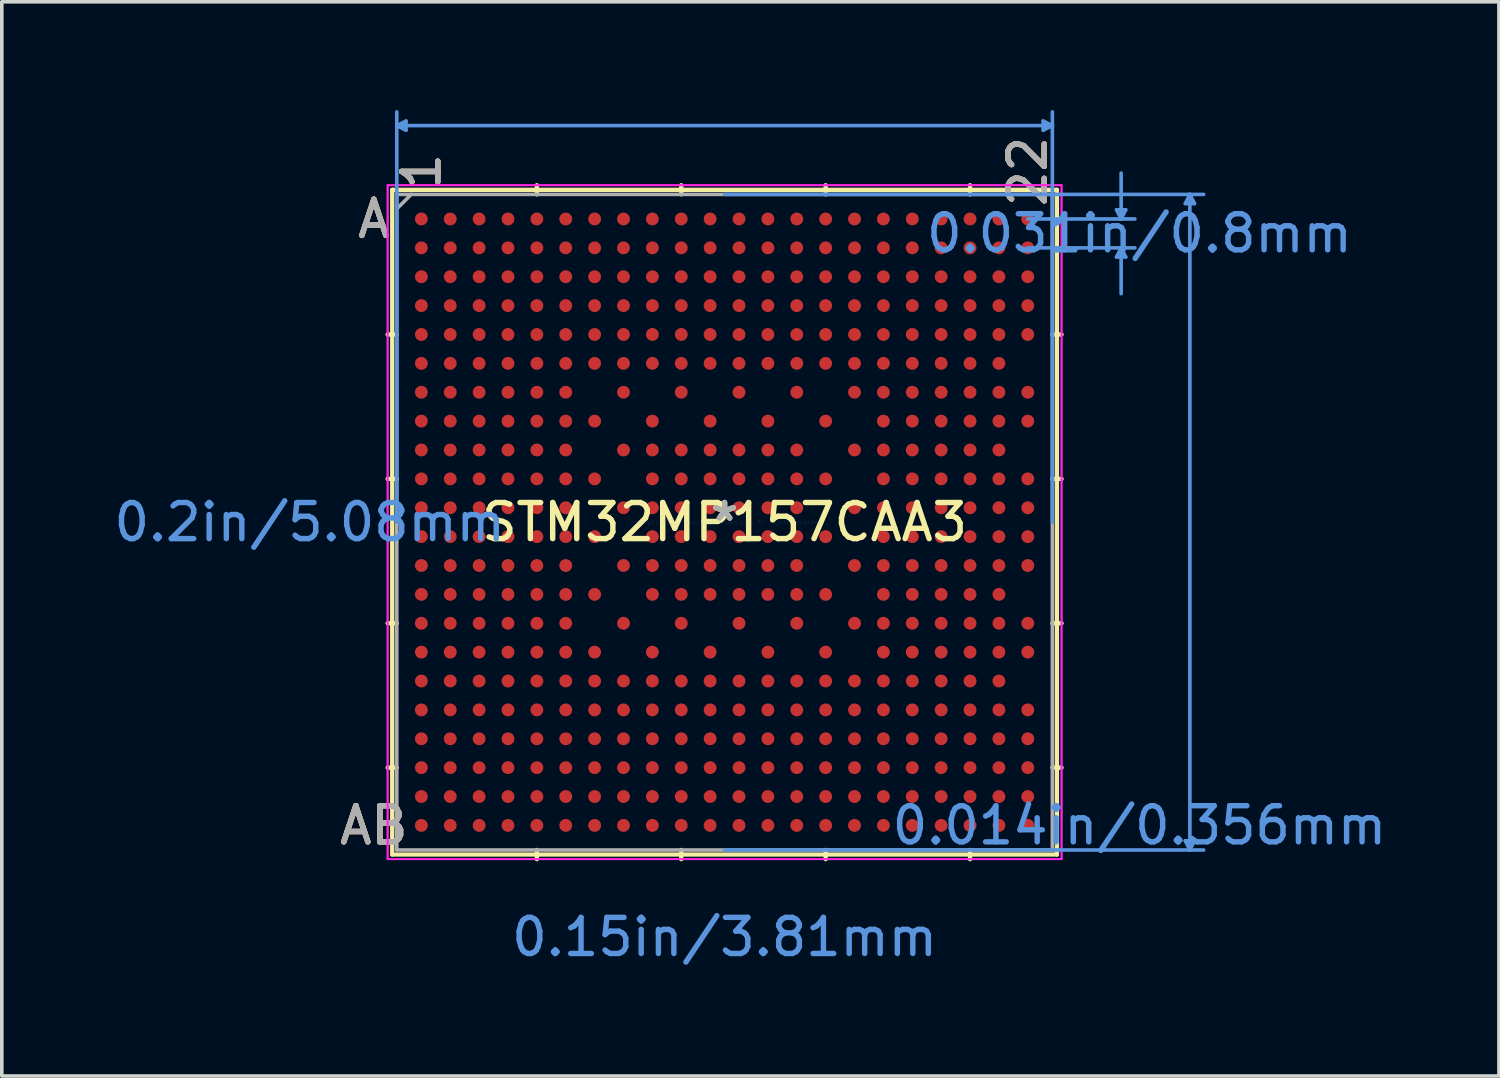
<source format=kicad_pcb>
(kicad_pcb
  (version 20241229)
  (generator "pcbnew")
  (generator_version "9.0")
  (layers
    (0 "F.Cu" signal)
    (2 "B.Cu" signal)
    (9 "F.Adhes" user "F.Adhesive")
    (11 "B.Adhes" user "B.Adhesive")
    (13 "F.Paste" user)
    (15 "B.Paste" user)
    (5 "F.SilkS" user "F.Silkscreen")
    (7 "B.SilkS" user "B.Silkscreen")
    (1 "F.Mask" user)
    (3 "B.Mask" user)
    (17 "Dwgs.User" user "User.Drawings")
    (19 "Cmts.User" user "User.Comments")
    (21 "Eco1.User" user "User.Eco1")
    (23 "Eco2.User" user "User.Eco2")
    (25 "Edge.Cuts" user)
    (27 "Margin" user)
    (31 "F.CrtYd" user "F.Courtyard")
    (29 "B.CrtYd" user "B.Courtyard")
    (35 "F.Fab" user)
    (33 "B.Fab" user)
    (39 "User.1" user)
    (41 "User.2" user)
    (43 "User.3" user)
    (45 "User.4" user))
  (footprint "STM32MP157CAA3"
    (layer "F.Cu")
    (at 17.023 11.416)
    (property "Reference" "STM32MP157CAA3" (at 0 0 0) (layer "F.SilkS") (effects (font (size 1 1) (thickness 0.15))))
    (attr through_hole)
    (fp_line (start -9.207 -9.207) (end -9.207 9.207) (stroke (width 0.12) (type solid)) (layer "F.SilkS"))
    (fp_line (start -9.207 9.207) (end 9.207 9.207) (stroke (width 0.12) (type solid)) (layer "F.SilkS"))
    (fp_line (start -9.081 -5.2) (end -9.335 -5.2) (stroke (width 0.12) (type solid)) (layer "F.SilkS"))
    (fp_line (start -9.081 -1.2) (end -9.335 -1.2) (stroke (width 0.12) (type solid)) (layer "F.SilkS"))
    (fp_line (start -9.081 2.8) (end -9.335 2.8) (stroke (width 0.12) (type solid)) (layer "F.SilkS"))
    (fp_line (start -9.081 6.8) (end -9.335 6.8) (stroke (width 0.12) (type solid)) (layer "F.SilkS"))
    (fp_line (start -5.2 -9.081) (end -5.2 -9.335) (stroke (width 0.12) (type solid)) (layer "F.SilkS"))
    (fp_line (start -5.2 9.081) (end -5.2 9.335) (stroke (width 0.12) (type solid)) (layer "F.SilkS"))
    (fp_line (start -1.2 -9.081) (end -1.2 -9.335) (stroke (width 0.12) (type solid)) (layer "F.SilkS"))
    (fp_line (start -1.2 9.081) (end -1.2 9.335) (stroke (width 0.12) (type solid)) (layer "F.SilkS"))
    (fp_line (start 2.8 -9.081) (end 2.8 -9.335) (stroke (width 0.12) (type solid)) (layer "F.SilkS"))
    (fp_line (start 2.8 9.081) (end 2.8 9.335) (stroke (width 0.12) (type solid)) (layer "F.SilkS"))
    (fp_line (start 6.8 -9.081) (end 6.8 -9.335) (stroke (width 0.12) (type solid)) (layer "F.SilkS"))
    (fp_line (start 6.8 9.081) (end 6.8 9.335) (stroke (width 0.12) (type solid)) (layer "F.SilkS"))
    (fp_line (start 9.081 -5.2) (end 9.335 -5.2) (stroke (width 0.12) (type solid)) (layer "F.SilkS"))
    (fp_line (start 9.081 -1.2) (end 9.335 -1.2) (stroke (width 0.12) (type solid)) (layer "F.SilkS"))
    (fp_line (start 9.081 2.8) (end 9.335 2.8) (stroke (width 0.12) (type solid)) (layer "F.SilkS"))
    (fp_line (start 9.081 6.8) (end 9.335 6.8) (stroke (width 0.12) (type solid)) (layer "F.SilkS"))
    (fp_line (start 9.207 -9.207) (end -9.207 -9.207) (stroke (width 0.12) (type solid)) (layer "F.SilkS"))
    (fp_line (start 9.207 9.207) (end 9.207 -9.207) (stroke (width 0.12) (type solid)) (layer "F.SilkS"))
    (fp_line (start -9.081 -10.986) (end -8.826 -11.113) (stroke (width 0.1) (type solid)) (layer "Cmts.User"))
    (fp_line (start -9.081 -10.986) (end -8.826 -10.858) (stroke (width 0.1) (type solid)) (layer "Cmts.User"))
    (fp_line (start -9.081 -10.986) (end 9.081 -10.986) (stroke (width 0.1) (type solid)) (layer "Cmts.User"))
    (fp_line (start -9.081 0) (end -9.081 -11.367) (stroke (width 0.1) (type solid)) (layer "Cmts.User"))
    (fp_line (start -8.826 -11.113) (end -8.826 -10.858) (stroke (width 0.1) (type solid)) (layer "Cmts.User"))
    (fp_line (start 0 -9.081) (end 13.271 -9.081) (stroke (width 0.1) (type solid)) (layer "Cmts.User"))
    (fp_line (start 0 9.081) (end 13.271 9.081) (stroke (width 0.1) (type solid)) (layer "Cmts.User"))
    (fp_line (start 8.4 -8.4) (end 11.367 -8.4) (stroke (width 0.1) (type solid)) (layer "Cmts.User"))
    (fp_line (start 8.4 -7.6) (end 11.367 -7.6) (stroke (width 0.1) (type solid)) (layer "Cmts.User"))
    (fp_line (start 8.826 -11.113) (end 8.826 -10.858) (stroke (width 0.1) (type solid)) (layer "Cmts.User"))
    (fp_line (start 9.081 -10.986) (end 8.826 -11.113) (stroke (width 0.1) (type solid)) (layer "Cmts.User"))
    (fp_line (start 9.081 -10.986) (end 8.826 -10.858) (stroke (width 0.1) (type solid)) (layer "Cmts.User"))
    (fp_line (start 9.081 0) (end 9.081 -11.367) (stroke (width 0.1) (type solid)) (layer "Cmts.User"))
    (fp_line (start 10.858 -8.654) (end 11.113 -8.654) (stroke (width 0.1) (type solid)) (layer "Cmts.User"))
    (fp_line (start 10.858 -7.346) (end 11.113 -7.346) (stroke (width 0.1) (type solid)) (layer "Cmts.User"))
    (fp_line (start 10.986 -8.4) (end 10.858 -8.654) (stroke (width 0.1) (type solid)) (layer "Cmts.User"))
    (fp_line (start 10.986 -8.4) (end 10.986 -9.67) (stroke (width 0.1) (type solid)) (layer "Cmts.User"))
    (fp_line (start 10.986 -8.4) (end 11.113 -8.654) (stroke (width 0.1) (type solid)) (layer "Cmts.User"))
    (fp_line (start 10.986 -7.6) (end 10.858 -7.346) (stroke (width 0.1) (type solid)) (layer "Cmts.User"))
    (fp_line (start 10.986 -7.6) (end 10.986 -6.33) (stroke (width 0.1) (type solid)) (layer "Cmts.User"))
    (fp_line (start 10.986 -7.6) (end 11.113 -7.346) (stroke (width 0.1) (type solid)) (layer "Cmts.User"))
    (fp_line (start 12.764 -8.826) (end 13.018 -8.826) (stroke (width 0.1) (type solid)) (layer "Cmts.User"))
    (fp_line (start 12.764 8.826) (end 13.018 8.826) (stroke (width 0.1) (type solid)) (layer "Cmts.User"))
    (fp_line (start 12.89 -9.081) (end 12.764 -8.826) (stroke (width 0.1) (type solid)) (layer "Cmts.User"))
    (fp_line (start 12.89 -9.081) (end 12.89 9.081) (stroke (width 0.1) (type solid)) (layer "Cmts.User"))
    (fp_line (start 12.89 -9.081) (end 13.018 -8.826) (stroke (width 0.1) (type solid)) (layer "Cmts.User"))
    (fp_line (start 12.89 9.081) (end 12.764 8.826) (stroke (width 0.1) (type solid)) (layer "Cmts.User"))
    (fp_line (start 12.89 9.081) (end 13.018 8.826) (stroke (width 0.1) (type solid)) (layer "Cmts.User"))
    (fp_line (start -9.335 -9.335) (end 9.335 -9.335) (stroke (width 0.05) (type solid)) (layer "F.CrtYd"))
    (fp_line (start -9.335 -9.335) (end 9.335 -9.335) (stroke (width 0.05) (type solid)) (layer "F.CrtYd"))
    (fp_line (start -9.335 9.335) (end -9.335 -9.335) (stroke (width 0.05) (type solid)) (layer "F.CrtYd"))
    (fp_line (start -9.335 9.335) (end -9.335 -9.335) (stroke (width 0.05) (type solid)) (layer "F.CrtYd"))
    (fp_line (start 9.335 -9.335) (end 9.335 9.335) (stroke (width 0.05) (type solid)) (layer "F.CrtYd"))
    (fp_line (start 9.335 -9.335) (end 9.335 9.335) (stroke (width 0.05) (type solid)) (layer "F.CrtYd"))
    (fp_line (start 9.335 9.335) (end -9.335 9.335) (stroke (width 0.05) (type solid)) (layer "F.CrtYd"))
    (fp_line (start 9.335 9.335) (end -9.335 9.335) (stroke (width 0.05) (type solid)) (layer "F.CrtYd"))
    (fp_line (start -9.081 -9.081) (end -9.081 9.081) (stroke (width 0.1) (type solid)) (layer "F.Fab"))
    (fp_line (start -9.081 9.081) (end 9.081 9.081) (stroke (width 0.1) (type solid)) (layer "F.Fab"))
    (fp_line (start -8.681 -9.081) (end -9.081 -8.681) (stroke (width 0.1) (type solid)) (layer "F.Fab"))
    (fp_line (start 9.081 -9.081) (end -9.081 -9.081) (stroke (width 0.1) (type solid)) (layer "F.Fab"))
    (fp_line (start 9.081 9.081) (end 9.081 -9.081) (stroke (width 0.1) (type solid)) (layer "F.Fab"))
    (fp_text user "*" (at 0 0 0) (layer "F.SilkS") (effects (font (size 1 1) (thickness 0.15))))
    (fp_text user "1" (at -8.4 -9.716 90) (layer "F.SilkS") (effects (font (size 1 1) (thickness 0.15))))
    (fp_text user "22" (at 8.4 -9.716 90) (layer "F.SilkS") (effects (font (size 1 1) (thickness 0.15))))
    (fp_text user "A" (at -9.716 -8.4 0) (layer "F.SilkS") (effects (font (size 1 1) (thickness 0.15))))
    (fp_text user "AB" (at -9.716 8.4 0) (layer "F.SilkS") (effects (font (size 1 1) (thickness 0.15))))
    (fp_text user "A" (at -9.716 -8.4 0) (layer "B.SilkS") (effects (font (size 1 1) (thickness 0.15))))
    (fp_text user "1" (at -8.4 -9.716 90) (layer "B.SilkS") (effects (font (size 1 1) (thickness 0.15))))
    (fp_text user "22" (at 8.4 -9.716 90) (layer "B.SilkS") (effects (font (size 1 1) (thickness 0.15))))
    (fp_text user "AB" (at -9.716 8.4 0) (layer "B.SilkS") (effects (font (size 1 1) (thickness 0.15))))
    (fp_text user "0.031in/0.8mm" (at 11.493 -8 0) (layer "Cmts.User") (effects (font (size 1 1) (thickness 0.15))))
    (fp_text user "0.2in/5.08mm" (at -11.493 0 0) (layer "Cmts.User") (effects (font (size 1 1) (thickness 0.15))))
    (fp_text user "0.15in/3.81mm" (at 0 11.493 0) (layer "Cmts.User") (effects (font (size 1 1) (thickness 0.15))))
    (fp_text user "0.014in/0.356mm" (at 11.493 8.4 0) (layer "Cmts.User") (effects (font (size 1 1) (thickness 0.15))))
    (fp_text user "Copyright 2021 Accelerated Designs. All rights reserved." (at 0 0 0) (layer "Cmts.User") (effects (font (size 0.127 0.127) (thickness 0.002))))
    (fp_text user "A" (at -9.716 -8.4 0) (layer "F.Fab") (effects (font (size 1 1) (thickness 0.15))))
    (fp_text user "1" (at -8.4 -9.716 90) (layer "F.Fab") (effects (font (size 1 1) (thickness 0.15))))
    (fp_text user "*" (at 0 0 0) (layer "F.Fab") (effects (font (size 1 1) (thickness 0.15))))
    (fp_text user "AB" (at -9.716 8.4 0) (layer "F.Fab") (effects (font (size 1 1) (thickness 0.15))))
    (fp_text user "22" (at 8.4 -9.716 90) (layer "F.Fab") (effects (font (size 1 1) (thickness 0.15))))
    (pad "A1" smd circle (at -8.4 -8.4) (size 0.356 0.356) (layers "F.Cu" "F.Mask" "F.Paste"))
    (pad "A2" smd circle (at -7.6 -8.4) (size 0.356 0.356) (layers "F.Cu" "F.Mask" "F.Paste"))
    (pad "A3" smd circle (at -6.8 -8.4) (size 0.356 0.356) (layers "F.Cu" "F.Mask" "F.Paste"))
    (pad "A4" smd circle (at -6 -8.4) (size 0.356 0.356) (layers "F.Cu" "F.Mask" "F.Paste"))
    (pad "A5" smd circle (at -5.2 -8.4) (size 0.356 0.356) (layers "F.Cu" "F.Mask" "F.Paste"))
    (pad "A6" smd circle (at -4.4 -8.4) (size 0.356 0.356) (layers "F.Cu" "F.Mask" "F.Paste"))
    (pad "A7" smd circle (at -3.6 -8.4) (size 0.356 0.356) (layers "F.Cu" "F.Mask" "F.Paste"))
    (pad "A8" smd circle (at -2.8 -8.4) (size 0.356 0.356) (layers "F.Cu" "F.Mask" "F.Paste"))
    (pad "A9" smd circle (at -2 -8.4) (size 0.356 0.356) (layers "F.Cu" "F.Mask" "F.Paste"))
    (pad "A10" smd circle (at -1.2 -8.4) (size 0.356 0.356) (layers "F.Cu" "F.Mask" "F.Paste"))
    (pad "A11" smd circle (at -0.4 -8.4) (size 0.356 0.356) (layers "F.Cu" "F.Mask" "F.Paste"))
    (pad "A12" smd circle (at 0.4 -8.4) (size 0.356 0.356) (layers "F.Cu" "F.Mask" "F.Paste"))
    (pad "A13" smd circle (at 1.2 -8.4) (size 0.356 0.356) (layers "F.Cu" "F.Mask" "F.Paste"))
    (pad "A14" smd circle (at 2 -8.4) (size 0.356 0.356) (layers "F.Cu" "F.Mask" "F.Paste"))
    (pad "A15" smd circle (at 2.8 -8.4) (size 0.356 0.356) (layers "F.Cu" "F.Mask" "F.Paste"))
    (pad "A16" smd circle (at 3.6 -8.4) (size 0.356 0.356) (layers "F.Cu" "F.Mask" "F.Paste"))
    (pad "A17" smd circle (at 4.4 -8.4) (size 0.356 0.356) (layers "F.Cu" "F.Mask" "F.Paste"))
    (pad "A18" smd circle (at 5.2 -8.4) (size 0.356 0.356) (layers "F.Cu" "F.Mask" "F.Paste"))
    (pad "A19" smd circle (at 6 -8.4) (size 0.356 0.356) (layers "F.Cu" "F.Mask" "F.Paste"))
    (pad "A20" smd circle (at 6.8 -8.4) (size 0.356 0.356) (layers "F.Cu" "F.Mask" "F.Paste"))
    (pad "A21" smd circle (at 7.6 -8.4) (size 0.356 0.356) (layers "F.Cu" "F.Mask" "F.Paste"))
    (pad "A22" smd circle (at 8.4 -8.4) (size 0.356 0.356) (layers "F.Cu" "F.Mask" "F.Paste"))
    (pad "AA1" smd circle (at -8.4 7.6) (size 0.356 0.356) (layers "F.Cu" "F.Mask" "F.Paste"))
    (pad "AA2" smd circle (at -7.6 7.6) (size 0.356 0.356) (layers "F.Cu" "F.Mask" "F.Paste"))
    (pad "AA3" smd circle (at -6.8 7.6) (size 0.356 0.356) (layers "F.Cu" "F.Mask" "F.Paste"))
    (pad "AA4" smd circle (at -6 7.6) (size 0.356 0.356) (layers "F.Cu" "F.Mask" "F.Paste"))
    (pad "AA5" smd circle (at -5.2 7.6) (size 0.356 0.356) (layers "F.Cu" "F.Mask" "F.Paste"))
    (pad "AA6" smd circle (at -4.4 7.6) (size 0.356 0.356) (layers "F.Cu" "F.Mask" "F.Paste"))
    (pad "AA7" smd circle (at -3.6 7.6) (size 0.356 0.356) (layers "F.Cu" "F.Mask" "F.Paste"))
    (pad "AA8" smd circle (at -2.8 7.6) (size 0.356 0.356) (layers "F.Cu" "F.Mask" "F.Paste"))
    (pad "AA9" smd circle (at -2 7.6) (size 0.356 0.356) (layers "F.Cu" "F.Mask" "F.Paste"))
    (pad "AA10" smd circle (at -1.2 7.6) (size 0.356 0.356) (layers "F.Cu" "F.Mask" "F.Paste"))
    (pad "AA11" smd circle (at -0.4 7.6) (size 0.356 0.356) (layers "F.Cu" "F.Mask" "F.Paste"))
    (pad "AA12" smd circle (at 0.4 7.6) (size 0.356 0.356) (layers "F.Cu" "F.Mask" "F.Paste"))
    (pad "AA13" smd circle (at 1.2 7.6) (size 0.356 0.356) (layers "F.Cu" "F.Mask" "F.Paste"))
    (pad "AA14" smd circle (at 2 7.6) (size 0.356 0.356) (layers "F.Cu" "F.Mask" "F.Paste"))
    (pad "AA15" smd circle (at 2.8 7.6) (size 0.356 0.356) (layers "F.Cu" "F.Mask" "F.Paste"))
    (pad "AA16" smd circle (at 3.6 7.6) (size 0.356 0.356) (layers "F.Cu" "F.Mask" "F.Paste"))
    (pad "AA17" smd circle (at 4.4 7.6) (size 0.356 0.356) (layers "F.Cu" "F.Mask" "F.Paste"))
    (pad "AA18" smd circle (at 5.2 7.6) (size 0.356 0.356) (layers "F.Cu" "F.Mask" "F.Paste"))
    (pad "AA19" smd circle (at 6 7.6) (size 0.356 0.356) (layers "F.Cu" "F.Mask" "F.Paste"))
    (pad "AA20" smd circle (at 6.8 7.6) (size 0.356 0.356) (layers "F.Cu" "F.Mask" "F.Paste"))
    (pad "AA21" smd circle (at 7.6 7.6) (size 0.356 0.356) (layers "F.Cu" "F.Mask" "F.Paste"))
    (pad "AA22" smd circle (at 8.4 7.6) (size 0.356 0.356) (layers "F.Cu" "F.Mask" "F.Paste"))
    (pad "AB1" smd circle (at -8.4 8.4) (size 0.356 0.356) (layers "F.Cu" "F.Mask" "F.Paste"))
    (pad "AB2" smd circle (at -7.6 8.4) (size 0.356 0.356) (layers "F.Cu" "F.Mask" "F.Paste"))
    (pad "AB3" smd circle (at -6.8 8.4) (size 0.356 0.356) (layers "F.Cu" "F.Mask" "F.Paste"))
    (pad "AB4" smd circle (at -6 8.4) (size 0.356 0.356) (layers "F.Cu" "F.Mask" "F.Paste"))
    (pad "AB5" smd circle (at -5.2 8.4) (size 0.356 0.356) (layers "F.Cu" "F.Mask" "F.Paste"))
    (pad "AB6" smd circle (at -4.4 8.4) (size 0.356 0.356) (layers "F.Cu" "F.Mask" "F.Paste"))
    (pad "AB7" smd circle (at -3.6 8.4) (size 0.356 0.356) (layers "F.Cu" "F.Mask" "F.Paste"))
    (pad "AB8" smd circle (at -2.8 8.4) (size 0.356 0.356) (layers "F.Cu" "F.Mask" "F.Paste"))
    (pad "AB9" smd circle (at -2 8.4) (size 0.356 0.356) (layers "F.Cu" "F.Mask" "F.Paste"))
    (pad "AB10" smd circle (at -1.2 8.4) (size 0.356 0.356) (layers "F.Cu" "F.Mask" "F.Paste"))
    (pad "AB11" smd circle (at -0.4 8.4) (size 0.356 0.356) (layers "F.Cu" "F.Mask" "F.Paste"))
    (pad "AB12" smd circle (at 0.4 8.4) (size 0.356 0.356) (layers "F.Cu" "F.Mask" "F.Paste"))
    (pad "AB13" smd circle (at 1.2 8.4) (size 0.356 0.356) (layers "F.Cu" "F.Mask" "F.Paste"))
    (pad "AB14" smd circle (at 2 8.4) (size 0.356 0.356) (layers "F.Cu" "F.Mask" "F.Paste"))
    (pad "AB15" smd circle (at 2.8 8.4) (size 0.356 0.356) (layers "F.Cu" "F.Mask" "F.Paste"))
    (pad "AB16" smd circle (at 3.6 8.4) (size 0.356 0.356) (layers "F.Cu" "F.Mask" "F.Paste"))
    (pad "AB17" smd circle (at 4.4 8.4) (size 0.356 0.356) (layers "F.Cu" "F.Mask" "F.Paste"))
    (pad "AB18" smd circle (at 5.2 8.4) (size 0.356 0.356) (layers "F.Cu" "F.Mask" "F.Paste"))
    (pad "AB19" smd circle (at 6 8.4) (size 0.356 0.356) (layers "F.Cu" "F.Mask" "F.Paste"))
    (pad "AB20" smd circle (at 6.8 8.4) (size 0.356 0.356) (layers "F.Cu" "F.Mask" "F.Paste"))
    (pad "AB21" smd circle (at 7.6 8.4) (size 0.356 0.356) (layers "F.Cu" "F.Mask" "F.Paste"))
    (pad "AB22" smd circle (at 8.4 8.4) (size 0.356 0.356) (layers "F.Cu" "F.Mask" "F.Paste"))
    (pad "B1" smd circle (at -8.4 -7.6) (size 0.356 0.356) (layers "F.Cu" "F.Mask" "F.Paste"))
    (pad "B2" smd circle (at -7.6 -7.6) (size 0.356 0.356) (layers "F.Cu" "F.Mask" "F.Paste"))
    (pad "B3" smd circle (at -6.8 -7.6) (size 0.356 0.356) (layers "F.Cu" "F.Mask" "F.Paste"))
    (pad "B4" smd circle (at -6 -7.6) (size 0.356 0.356) (layers "F.Cu" "F.Mask" "F.Paste"))
    (pad "B5" smd circle (at -5.2 -7.6) (size 0.356 0.356) (layers "F.Cu" "F.Mask" "F.Paste"))
    (pad "B6" smd circle (at -4.4 -7.6) (size 0.356 0.356) (layers "F.Cu" "F.Mask" "F.Paste"))
    (pad "B7" smd circle (at -3.6 -7.6) (size 0.356 0.356) (layers "F.Cu" "F.Mask" "F.Paste"))
    (pad "B8" smd circle (at -2.8 -7.6) (size 0.356 0.356) (layers "F.Cu" "F.Mask" "F.Paste"))
    (pad "B9" smd circle (at -2 -7.6) (size 0.356 0.356) (layers "F.Cu" "F.Mask" "F.Paste"))
    (pad "B10" smd circle (at -1.2 -7.6) (size 0.356 0.356) (layers "F.Cu" "F.Mask" "F.Paste"))
    (pad "B11" smd circle (at -0.4 -7.6) (size 0.356 0.356) (layers "F.Cu" "F.Mask" "F.Paste"))
    (pad "B12" smd circle (at 0.4 -7.6) (size 0.356 0.356) (layers "F.Cu" "F.Mask" "F.Paste"))
    (pad "B13" smd circle (at 1.2 -7.6) (size 0.356 0.356) (layers "F.Cu" "F.Mask" "F.Paste"))
    (pad "B14" smd circle (at 2 -7.6) (size 0.356 0.356) (layers "F.Cu" "F.Mask" "F.Paste"))
    (pad "B15" smd circle (at 2.8 -7.6) (size 0.356 0.356) (layers "F.Cu" "F.Mask" "F.Paste"))
    (pad "B16" smd circle (at 3.6 -7.6) (size 0.356 0.356) (layers "F.Cu" "F.Mask" "F.Paste"))
    (pad "B17" smd circle (at 4.4 -7.6) (size 0.356 0.356) (layers "F.Cu" "F.Mask" "F.Paste"))
    (pad "B18" smd circle (at 5.2 -7.6) (size 0.356 0.356) (layers "F.Cu" "F.Mask" "F.Paste"))
    (pad "B19" smd circle (at 6 -7.6) (size 0.356 0.356) (layers "F.Cu" "F.Mask" "F.Paste"))
    (pad "B20" smd circle (at 6.8 -7.6) (size 0.356 0.356) (layers "F.Cu" "F.Mask" "F.Paste"))
    (pad "B21" smd circle (at 7.6 -7.6) (size 0.356 0.356) (layers "F.Cu" "F.Mask" "F.Paste"))
    (pad "B22" smd circle (at 8.4 -7.6) (size 0.356 0.356) (layers "F.Cu" "F.Mask" "F.Paste"))
    (pad "C1" smd circle (at -8.4 -6.8) (size 0.356 0.356) (layers "F.Cu" "F.Mask" "F.Paste"))
    (pad "C2" smd circle (at -7.6 -6.8) (size 0.356 0.356) (layers "F.Cu" "F.Mask" "F.Paste"))
    (pad "C3" smd circle (at -6.8 -6.8) (size 0.356 0.356) (layers "F.Cu" "F.Mask" "F.Paste"))
    (pad "C4" smd circle (at -6 -6.8) (size 0.356 0.356) (layers "F.Cu" "F.Mask" "F.Paste"))
    (pad "C5" smd circle (at -5.2 -6.8) (size 0.356 0.356) (layers "F.Cu" "F.Mask" "F.Paste"))
    (pad "C6" smd circle (at -4.4 -6.8) (size 0.356 0.356) (layers "F.Cu" "F.Mask" "F.Paste"))
    (pad "C7" smd circle (at -3.6 -6.8) (size 0.356 0.356) (layers "F.Cu" "F.Mask" "F.Paste"))
    (pad "C8" smd circle (at -2.8 -6.8) (size 0.356 0.356) (layers "F.Cu" "F.Mask" "F.Paste"))
    (pad "C9" smd circle (at -2 -6.8) (size 0.356 0.356) (layers "F.Cu" "F.Mask" "F.Paste"))
    (pad "C10" smd circle (at -1.2 -6.8) (size 0.356 0.356) (layers "F.Cu" "F.Mask" "F.Paste"))
    (pad "C11" smd circle (at -0.4 -6.8) (size 0.356 0.356) (layers "F.Cu" "F.Mask" "F.Paste"))
    (pad "C12" smd circle (at 0.4 -6.8) (size 0.356 0.356) (layers "F.Cu" "F.Mask" "F.Paste"))
    (pad "C13" smd circle (at 1.2 -6.8) (size 0.356 0.356) (layers "F.Cu" "F.Mask" "F.Paste"))
    (pad "C14" smd circle (at 2 -6.8) (size 0.356 0.356) (layers "F.Cu" "F.Mask" "F.Paste"))
    (pad "C15" smd circle (at 2.8 -6.8) (size 0.356 0.356) (layers "F.Cu" "F.Mask" "F.Paste"))
    (pad "C16" smd circle (at 3.6 -6.8) (size 0.356 0.356) (layers "F.Cu" "F.Mask" "F.Paste"))
    (pad "C17" smd circle (at 4.4 -6.8) (size 0.356 0.356) (layers "F.Cu" "F.Mask" "F.Paste"))
    (pad "C18" smd circle (at 5.2 -6.8) (size 0.356 0.356) (layers "F.Cu" "F.Mask" "F.Paste"))
    (pad "C19" smd circle (at 6 -6.8) (size 0.356 0.356) (layers "F.Cu" "F.Mask" "F.Paste"))
    (pad "C20" smd circle (at 6.8 -6.8) (size 0.356 0.356) (layers "F.Cu" "F.Mask" "F.Paste"))
    (pad "C21" smd circle (at 7.6 -6.8) (size 0.356 0.356) (layers "F.Cu" "F.Mask" "F.Paste"))
    (pad "C22" smd circle (at 8.4 -6.8) (size 0.356 0.356) (layers "F.Cu" "F.Mask" "F.Paste"))
    (pad "D1" smd circle (at -8.4 -6) (size 0.356 0.356) (layers "F.Cu" "F.Mask" "F.Paste"))
    (pad "D2" smd circle (at -7.6 -6) (size 0.356 0.356) (layers "F.Cu" "F.Mask" "F.Paste"))
    (pad "D3" smd circle (at -6.8 -6) (size 0.356 0.356) (layers "F.Cu" "F.Mask" "F.Paste"))
    (pad "D4" smd circle (at -6 -6) (size 0.356 0.356) (layers "F.Cu" "F.Mask" "F.Paste"))
    (pad "D5" smd circle (at -5.2 -6) (size 0.356 0.356) (layers "F.Cu" "F.Mask" "F.Paste"))
    (pad "D6" smd circle (at -4.4 -6) (size 0.356 0.356) (layers "F.Cu" "F.Mask" "F.Paste"))
    (pad "D7" smd circle (at -3.6 -6) (size 0.356 0.356) (layers "F.Cu" "F.Mask" "F.Paste"))
    (pad "D8" smd circle (at -2.8 -6) (size 0.356 0.356) (layers "F.Cu" "F.Mask" "F.Paste"))
    (pad "D9" smd circle (at -2 -6) (size 0.356 0.356) (layers "F.Cu" "F.Mask" "F.Paste"))
    (pad "D10" smd circle (at -1.2 -6) (size 0.356 0.356) (layers "F.Cu" "F.Mask" "F.Paste"))
    (pad "D11" smd circle (at -0.4 -6) (size 0.356 0.356) (layers "F.Cu" "F.Mask" "F.Paste"))
    (pad "D12" smd circle (at 0.4 -6) (size 0.356 0.356) (layers "F.Cu" "F.Mask" "F.Paste"))
    (pad "D13" smd circle (at 1.2 -6) (size 0.356 0.356) (layers "F.Cu" "F.Mask" "F.Paste"))
    (pad "D14" smd circle (at 2 -6) (size 0.356 0.356) (layers "F.Cu" "F.Mask" "F.Paste"))
    (pad "D15" smd circle (at 2.8 -6) (size 0.356 0.356) (layers "F.Cu" "F.Mask" "F.Paste"))
    (pad "D16" smd circle (at 3.6 -6) (size 0.356 0.356) (layers "F.Cu" "F.Mask" "F.Paste"))
    (pad "D17" smd circle (at 4.4 -6) (size 0.356 0.356) (layers "F.Cu" "F.Mask" "F.Paste"))
    (pad "D18" smd circle (at 5.2 -6) (size 0.356 0.356) (layers "F.Cu" "F.Mask" "F.Paste"))
    (pad "D19" smd circle (at 6 -6) (size 0.356 0.356) (layers "F.Cu" "F.Mask" "F.Paste"))
    (pad "D20" smd circle (at 6.8 -6) (size 0.356 0.356) (layers "F.Cu" "F.Mask" "F.Paste"))
    (pad "D21" smd circle (at 7.6 -6) (size 0.356 0.356) (layers "F.Cu" "F.Mask" "F.Paste"))
    (pad "D22" smd circle (at 8.4 -6) (size 0.356 0.356) (layers "F.Cu" "F.Mask" "F.Paste"))
    (pad "E1" smd circle (at -8.4 -5.2) (size 0.356 0.356) (layers "F.Cu" "F.Mask" "F.Paste"))
    (pad "E2" smd circle (at -7.6 -5.2) (size 0.356 0.356) (layers "F.Cu" "F.Mask" "F.Paste"))
    (pad "E3" smd circle (at -6.8 -5.2) (size 0.356 0.356) (layers "F.Cu" "F.Mask" "F.Paste"))
    (pad "E4" smd circle (at -6 -5.2) (size 0.356 0.356) (layers "F.Cu" "F.Mask" "F.Paste"))
    (pad "E5" smd circle (at -5.2 -5.2) (size 0.356 0.356) (layers "F.Cu" "F.Mask" "F.Paste"))
    (pad "E6" smd circle (at -4.4 -5.2) (size 0.356 0.356) (layers "F.Cu" "F.Mask" "F.Paste"))
    (pad "E7" smd circle (at -3.6 -5.2) (size 0.356 0.356) (layers "F.Cu" "F.Mask" "F.Paste"))
    (pad "E8" smd circle (at -2.8 -5.2) (size 0.356 0.356) (layers "F.Cu" "F.Mask" "F.Paste"))
    (pad "E9" smd circle (at -2 -5.2) (size 0.356 0.356) (layers "F.Cu" "F.Mask" "F.Paste"))
    (pad "E10" smd circle (at -1.2 -5.2) (size 0.356 0.356) (layers "F.Cu" "F.Mask" "F.Paste"))
    (pad "E11" smd circle (at -0.4 -5.2) (size 0.356 0.356) (layers "F.Cu" "F.Mask" "F.Paste"))
    (pad "E12" smd circle (at 0.4 -5.2) (size 0.356 0.356) (layers "F.Cu" "F.Mask" "F.Paste"))
    (pad "E13" smd circle (at 1.2 -5.2) (size 0.356 0.356) (layers "F.Cu" "F.Mask" "F.Paste"))
    (pad "E14" smd circle (at 2 -5.2) (size 0.356 0.356) (layers "F.Cu" "F.Mask" "F.Paste"))
    (pad "E15" smd circle (at 2.8 -5.2) (size 0.356 0.356) (layers "F.Cu" "F.Mask" "F.Paste"))
    (pad "E16" smd circle (at 3.6 -5.2) (size 0.356 0.356) (layers "F.Cu" "F.Mask" "F.Paste"))
    (pad "E17" smd circle (at 4.4 -5.2) (size 0.356 0.356) (layers "F.Cu" "F.Mask" "F.Paste"))
    (pad "E18" smd circle (at 5.2 -5.2) (size 0.356 0.356) (layers "F.Cu" "F.Mask" "F.Paste"))
    (pad "E19" smd circle (at 6 -5.2) (size 0.356 0.356) (layers "F.Cu" "F.Mask" "F.Paste"))
    (pad "E20" smd circle (at 6.8 -5.2) (size 0.356 0.356) (layers "F.Cu" "F.Mask" "F.Paste"))
    (pad "E21" smd circle (at 7.6 -5.2) (size 0.356 0.356) (layers "F.Cu" "F.Mask" "F.Paste"))
    (pad "E22" smd circle (at 8.4 -5.2) (size 0.356 0.356) (layers "F.Cu" "F.Mask" "F.Paste"))
    (pad "F1" smd circle (at -8.4 -4.4) (size 0.356 0.356) (layers "F.Cu" "F.Mask" "F.Paste"))
    (pad "F2" smd circle (at -7.6 -4.4) (size 0.356 0.356) (layers "F.Cu" "F.Mask" "F.Paste"))
    (pad "F3" smd circle (at -6.8 -4.4) (size 0.356 0.356) (layers "F.Cu" "F.Mask" "F.Paste"))
    (pad "F4" smd circle (at -6 -4.4) (size 0.356 0.356) (layers "F.Cu" "F.Mask" "F.Paste"))
    (pad "F5" smd circle (at -5.2 -4.4) (size 0.356 0.356) (layers "F.Cu" "F.Mask" "F.Paste"))
    (pad "F6" smd circle (at -4.4 -4.4) (size 0.356 0.356) (layers "F.Cu" "F.Mask" "F.Paste"))
    (pad "F7" smd circle (at -3.6 -4.4) (size 0.356 0.356) (layers "F.Cu" "F.Mask" "F.Paste"))
    (pad "F8" smd circle (at -2.8 -4.4) (size 0.356 0.356) (layers "F.Cu" "F.Mask" "F.Paste"))
    (pad "F9" smd circle (at -2 -4.4) (size 0.356 0.356) (layers "F.Cu" "F.Mask" "F.Paste"))
    (pad "F10" smd circle (at -1.2 -4.4) (size 0.356 0.356) (layers "F.Cu" "F.Mask" "F.Paste"))
    (pad "F11" smd circle (at -0.4 -4.4) (size 0.356 0.356) (layers "F.Cu" "F.Mask" "F.Paste"))
    (pad "F12" smd circle (at 0.4 -4.4) (size 0.356 0.356) (layers "F.Cu" "F.Mask" "F.Paste"))
    (pad "F13" smd circle (at 1.2 -4.4) (size 0.356 0.356) (layers "F.Cu" "F.Mask" "F.Paste"))
    (pad "F14" smd circle (at 2 -4.4) (size 0.356 0.356) (layers "F.Cu" "F.Mask" "F.Paste"))
    (pad "F15" smd circle (at 2.8 -4.4) (size 0.356 0.356) (layers "F.Cu" "F.Mask" "F.Paste"))
    (pad "F16" smd circle (at 3.6 -4.4) (size 0.356 0.356) (layers "F.Cu" "F.Mask" "F.Paste"))
    (pad "F17" smd circle (at 4.4 -4.4) (size 0.356 0.356) (layers "F.Cu" "F.Mask" "F.Paste"))
    (pad "F18" smd circle (at 5.2 -4.4) (size 0.356 0.356) (layers "F.Cu" "F.Mask" "F.Paste"))
    (pad "F19" smd circle (at 6 -4.4) (size 0.356 0.356) (layers "F.Cu" "F.Mask" "F.Paste"))
    (pad "F20" smd circle (at 6.8 -4.4) (size 0.356 0.356) (layers "F.Cu" "F.Mask" "F.Paste"))
    (pad "F21" smd circle (at 7.6 -4.4) (size 0.356 0.356) (layers "F.Cu" "F.Mask" "F.Paste"))
    (pad "G1" smd circle (at -8.4 -3.6) (size 0.356 0.356) (layers "F.Cu" "F.Mask" "F.Paste"))
    (pad "G2" smd circle (at -7.6 -3.6) (size 0.356 0.356) (layers "F.Cu" "F.Mask" "F.Paste"))
    (pad "G3" smd circle (at -6.8 -3.6) (size 0.356 0.356) (layers "F.Cu" "F.Mask" "F.Paste"))
    (pad "G4" smd circle (at -6 -3.6) (size 0.356 0.356) (layers "F.Cu" "F.Mask" "F.Paste"))
    (pad "G5" smd circle (at -5.2 -3.6) (size 0.356 0.356) (layers "F.Cu" "F.Mask" "F.Paste"))
    (pad "G6" smd circle (at -4.4 -3.6) (size 0.356 0.356) (layers "F.Cu" "F.Mask" "F.Paste"))
    (pad "G8" smd circle (at -2.8 -3.6) (size 0.356 0.356) (layers "F.Cu" "F.Mask" "F.Paste"))
    (pad "G10" smd circle (at -1.2 -3.6) (size 0.356 0.356) (layers "F.Cu" "F.Mask" "F.Paste"))
    (pad "G12" smd circle (at 0.4 -3.6) (size 0.356 0.356) (layers "F.Cu" "F.Mask" "F.Paste"))
    (pad "G14" smd circle (at 2 -3.6) (size 0.356 0.356) (layers "F.Cu" "F.Mask" "F.Paste"))
    (pad "G16" smd circle (at 3.6 -3.6) (size 0.356 0.356) (layers "F.Cu" "F.Mask" "F.Paste"))
    (pad "G17" smd circle (at 4.4 -3.6) (size 0.356 0.356) (layers "F.Cu" "F.Mask" "F.Paste"))
    (pad "G18" smd circle (at 5.2 -3.6) (size 0.356 0.356) (layers "F.Cu" "F.Mask" "F.Paste"))
    (pad "G19" smd circle (at 6 -3.6) (size 0.356 0.356) (layers "F.Cu" "F.Mask" "F.Paste"))
    (pad "G20" smd circle (at 6.8 -3.6) (size 0.356 0.356) (layers "F.Cu" "F.Mask" "F.Paste"))
    (pad "G21" smd circle (at 7.6 -3.6) (size 0.356 0.356) (layers "F.Cu" "F.Mask" "F.Paste"))
    (pad "G22" smd circle (at 8.4 -3.6) (size 0.356 0.356) (layers "F.Cu" "F.Mask" "F.Paste"))
    (pad "H1" smd circle (at -8.4 -2.8) (size 0.356 0.356) (layers "F.Cu" "F.Mask" "F.Paste"))
    (pad "H2" smd circle (at -7.6 -2.8) (size 0.356 0.356) (layers "F.Cu" "F.Mask" "F.Paste"))
    (pad "H3" smd circle (at -6.8 -2.8) (size 0.356 0.356) (layers "F.Cu" "F.Mask" "F.Paste"))
    (pad "H4" smd circle (at -6 -2.8) (size 0.356 0.356) (layers "F.Cu" "F.Mask" "F.Paste"))
    (pad "H5" smd circle (at -5.2 -2.8) (size 0.356 0.356) (layers "F.Cu" "F.Mask" "F.Paste"))
    (pad "H6" smd circle (at -4.4 -2.8) (size 0.356 0.356) (layers "F.Cu" "F.Mask" "F.Paste"))
    (pad "H7" smd circle (at -3.6 -2.8) (size 0.356 0.356) (layers "F.Cu" "F.Mask" "F.Paste"))
    (pad "H9" smd circle (at -2 -2.8) (size 0.356 0.356) (layers "F.Cu" "F.Mask" "F.Paste"))
    (pad "H11" smd circle (at -0.4 -2.8) (size 0.356 0.356) (layers "F.Cu" "F.Mask" "F.Paste"))
    (pad "H13" smd circle (at 1.2 -2.8) (size 0.356 0.356) (layers "F.Cu" "F.Mask" "F.Paste"))
    (pad "H15" smd circle (at 2.8 -2.8) (size 0.356 0.356) (layers "F.Cu" "F.Mask" "F.Paste"))
    (pad "H17" smd circle (at 4.4 -2.8) (size 0.356 0.356) (layers "F.Cu" "F.Mask" "F.Paste"))
    (pad "H18" smd circle (at 5.2 -2.8) (size 0.356 0.356) (layers "F.Cu" "F.Mask" "F.Paste"))
    (pad "H19" smd circle (at 6 -2.8) (size 0.356 0.356) (layers "F.Cu" "F.Mask" "F.Paste"))
    (pad "H20" smd circle (at 6.8 -2.8) (size 0.356 0.356) (layers "F.Cu" "F.Mask" "F.Paste"))
    (pad "H21" smd circle (at 7.6 -2.8) (size 0.356 0.356) (layers "F.Cu" "F.Mask" "F.Paste"))
    (pad "H22" smd circle (at 8.4 -2.8) (size 0.356 0.356) (layers "F.Cu" "F.Mask" "F.Paste"))
    (pad "J1" smd circle (at -8.4 -2) (size 0.356 0.356) (layers "F.Cu" "F.Mask" "F.Paste"))
    (pad "J2" smd circle (at -7.6 -2) (size 0.356 0.356) (layers "F.Cu" "F.Mask" "F.Paste"))
    (pad "J3" smd circle (at -6.8 -2) (size 0.356 0.356) (layers "F.Cu" "F.Mask" "F.Paste"))
    (pad "J4" smd circle (at -6 -2) (size 0.356 0.356) (layers "F.Cu" "F.Mask" "F.Paste"))
    (pad "J5" smd circle (at -5.2 -2) (size 0.356 0.356) (layers "F.Cu" "F.Mask" "F.Paste"))
    (pad "J6" smd circle (at -4.4 -2) (size 0.356 0.356) (layers "F.Cu" "F.Mask" "F.Paste"))
    (pad "J8" smd circle (at -2.8 -2) (size 0.356 0.356) (layers "F.Cu" "F.Mask" "F.Paste"))
    (pad "J9" smd circle (at -2 -2) (size 0.356 0.356) (layers "F.Cu" "F.Mask" "F.Paste"))
    (pad "J10" smd circle (at -1.2 -2) (size 0.356 0.356) (layers "F.Cu" "F.Mask" "F.Paste"))
    (pad "J11" smd circle (at -0.4 -2) (size 0.356 0.356) (layers "F.Cu" "F.Mask" "F.Paste"))
    (pad "J12" smd circle (at 0.4 -2) (size 0.356 0.356) (layers "F.Cu" "F.Mask" "F.Paste"))
    (pad "J13" smd circle (at 1.2 -2) (size 0.356 0.356) (layers "F.Cu" "F.Mask" "F.Paste"))
    (pad "J14" smd circle (at 2 -2) (size 0.356 0.356) (layers "F.Cu" "F.Mask" "F.Paste"))
    (pad "J16" smd circle (at 3.6 -2) (size 0.356 0.356) (layers "F.Cu" "F.Mask" "F.Paste"))
    (pad "J17" smd circle (at 4.4 -2) (size 0.356 0.356) (layers "F.Cu" "F.Mask" "F.Paste"))
    (pad "J18" smd circle (at 5.2 -2) (size 0.356 0.356) (layers "F.Cu" "F.Mask" "F.Paste"))
    (pad "J19" smd circle (at 6 -2) (size 0.356 0.356) (layers "F.Cu" "F.Mask" "F.Paste"))
    (pad "J20" smd circle (at 6.8 -2) (size 0.356 0.356) (layers "F.Cu" "F.Mask" "F.Paste"))
    (pad "J21" smd circle (at 7.6 -2) (size 0.356 0.356) (layers "F.Cu" "F.Mask" "F.Paste"))
    (pad "K1" smd circle (at -8.4 -1.2) (size 0.356 0.356) (layers "F.Cu" "F.Mask" "F.Paste"))
    (pad "K2" smd circle (at -7.6 -1.2) (size 0.356 0.356) (layers "F.Cu" "F.Mask" "F.Paste"))
    (pad "K3" smd circle (at -6.8 -1.2) (size 0.356 0.356) (layers "F.Cu" "F.Mask" "F.Paste"))
    (pad "K4" smd circle (at -6 -1.2) (size 0.356 0.356) (layers "F.Cu" "F.Mask" "F.Paste"))
    (pad "K5" smd circle (at -5.2 -1.2) (size 0.356 0.356) (layers "F.Cu" "F.Mask" "F.Paste"))
    (pad "K6" smd circle (at -4.4 -1.2) (size 0.356 0.356) (layers "F.Cu" "F.Mask" "F.Paste"))
    (pad "K7" smd circle (at -3.6 -1.2) (size 0.356 0.356) (layers "F.Cu" "F.Mask" "F.Paste"))
    (pad "K9" smd circle (at -2 -1.2) (size 0.356 0.356) (layers "F.Cu" "F.Mask" "F.Paste"))
    (pad "K10" smd circle (at -1.2 -1.2) (size 0.356 0.356) (layers "F.Cu" "F.Mask" "F.Paste"))
    (pad "K11" smd circle (at -0.4 -1.2) (size 0.356 0.356) (layers "F.Cu" "F.Mask" "F.Paste"))
    (pad "K12" smd circle (at 0.4 -1.2) (size 0.356 0.356) (layers "F.Cu" "F.Mask" "F.Paste"))
    (pad "K13" smd circle (at 1.2 -1.2) (size 0.356 0.356) (layers "F.Cu" "F.Mask" "F.Paste"))
    (pad "K14" smd circle (at 2 -1.2) (size 0.356 0.356) (layers "F.Cu" "F.Mask" "F.Paste"))
    (pad "K15" smd circle (at 2.8 -1.2) (size 0.356 0.356) (layers "F.Cu" "F.Mask" "F.Paste"))
    (pad "K17" smd circle (at 4.4 -1.2) (size 0.356 0.356) (layers "F.Cu" "F.Mask" "F.Paste"))
    (pad "K18" smd circle (at 5.2 -1.2) (size 0.356 0.356) (layers "F.Cu" "F.Mask" "F.Paste"))
    (pad "K19" smd circle (at 6 -1.2) (size 0.356 0.356) (layers "F.Cu" "F.Mask" "F.Paste"))
    (pad "K20" smd circle (at 6.8 -1.2) (size 0.356 0.356) (layers "F.Cu" "F.Mask" "F.Paste"))
    (pad "K21" smd circle (at 7.6 -1.2) (size 0.356 0.356) (layers "F.Cu" "F.Mask" "F.Paste"))
    (pad "K22" smd circle (at 8.4 -1.2) (size 0.356 0.356) (layers "F.Cu" "F.Mask" "F.Paste"))
    (pad "L1" smd circle (at -8.4 -0.4) (size 0.356 0.356) (layers "F.Cu" "F.Mask" "F.Paste"))
    (pad "L2" smd circle (at -7.6 -0.4) (size 0.356 0.356) (layers "F.Cu" "F.Mask" "F.Paste"))
    (pad "L3" smd circle (at -6.8 -0.4) (size 0.356 0.356) (layers "F.Cu" "F.Mask" "F.Paste"))
    (pad "L4" smd circle (at -6 -0.4) (size 0.356 0.356) (layers "F.Cu" "F.Mask" "F.Paste"))
    (pad "L5" smd circle (at -5.2 -0.4) (size 0.356 0.356) (layers "F.Cu" "F.Mask" "F.Paste"))
    (pad "L6" smd circle (at -4.4 -0.4) (size 0.356 0.356) (layers "F.Cu" "F.Mask" "F.Paste"))
    (pad "L8" smd circle (at -2.8 -0.4) (size 0.356 0.356) (layers "F.Cu" "F.Mask" "F.Paste"))
    (pad "L9" smd circle (at -2 -0.4) (size 0.356 0.356) (layers "F.Cu" "F.Mask" "F.Paste"))
    (pad "L10" smd circle (at -1.2 -0.4) (size 0.356 0.356) (layers "F.Cu" "F.Mask" "F.Paste"))
    (pad "L11" smd circle (at -0.4 -0.4) (size 0.356 0.356) (layers "F.Cu" "F.Mask" "F.Paste"))
    (pad "L12" smd circle (at 0.4 -0.4) (size 0.356 0.356) (layers "F.Cu" "F.Mask" "F.Paste"))
    (pad "L13" smd circle (at 1.2 -0.4) (size 0.356 0.356) (layers "F.Cu" "F.Mask" "F.Paste"))
    (pad "L14" smd circle (at 2 -0.4) (size 0.356 0.356) (layers "F.Cu" "F.Mask" "F.Paste"))
    (pad "L16" smd circle (at 3.6 -0.4) (size 0.356 0.356) (layers "F.Cu" "F.Mask" "F.Paste"))
    (pad "L17" smd circle (at 4.4 -0.4) (size 0.356 0.356) (layers "F.Cu" "F.Mask" "F.Paste"))
    (pad "L18" smd circle (at 5.2 -0.4) (size 0.356 0.356) (layers "F.Cu" "F.Mask" "F.Paste"))
    (pad "L19" smd circle (at 6 -0.4) (size 0.356 0.356) (layers "F.Cu" "F.Mask" "F.Paste"))
    (pad "L20" smd circle (at 6.8 -0.4) (size 0.356 0.356) (layers "F.Cu" "F.Mask" "F.Paste"))
    (pad "L21" smd circle (at 7.6 -0.4) (size 0.356 0.356) (layers "F.Cu" "F.Mask" "F.Paste"))
    (pad "L22" smd circle (at 8.4 -0.4) (size 0.356 0.356) (layers "F.Cu" "F.Mask" "F.Paste"))
    (pad "M1" smd circle (at -8.4 0.4) (size 0.356 0.356) (layers "F.Cu" "F.Mask" "F.Paste"))
    (pad "M2" smd circle (at -7.6 0.4) (size 0.356 0.356) (layers "F.Cu" "F.Mask" "F.Paste"))
    (pad "M3" smd circle (at -6.8 0.4) (size 0.356 0.356) (layers "F.Cu" "F.Mask" "F.Paste"))
    (pad "M4" smd circle (at -6 0.4) (size 0.356 0.356) (layers "F.Cu" "F.Mask" "F.Paste"))
    (pad "M5" smd circle (at -5.2 0.4) (size 0.356 0.356) (layers "F.Cu" "F.Mask" "F.Paste"))
    (pad "M6" smd circle (at -4.4 0.4) (size 0.356 0.356) (layers "F.Cu" "F.Mask" "F.Paste"))
    (pad "M7" smd circle (at -3.6 0.4) (size 0.356 0.356) (layers "F.Cu" "F.Mask" "F.Paste"))
    (pad "M9" smd circle (at -2 0.4) (size 0.356 0.356) (layers "F.Cu" "F.Mask" "F.Paste"))
    (pad "M10" smd circle (at -1.2 0.4) (size 0.356 0.356) (layers "F.Cu" "F.Mask" "F.Paste"))
    (pad "M11" smd circle (at -0.4 0.4) (size 0.356 0.356) (layers "F.Cu" "F.Mask" "F.Paste"))
    (pad "M12" smd circle (at 0.4 0.4) (size 0.356 0.356) (layers "F.Cu" "F.Mask" "F.Paste"))
    (pad "M13" smd circle (at 1.2 0.4) (size 0.356 0.356) (layers "F.Cu" "F.Mask" "F.Paste"))
    (pad "M14" smd circle (at 2 0.4) (size 0.356 0.356) (layers "F.Cu" "F.Mask" "F.Paste"))
    (pad "M15" smd circle (at 2.8 0.4) (size 0.356 0.356) (layers "F.Cu" "F.Mask" "F.Paste"))
    (pad "M17" smd circle (at 4.4 0.4) (size 0.356 0.356) (layers "F.Cu" "F.Mask" "F.Paste"))
    (pad "M18" smd circle (at 5.2 0.4) (size 0.356 0.356) (layers "F.Cu" "F.Mask" "F.Paste"))
    (pad "M19" smd circle (at 6 0.4) (size 0.356 0.356) (layers "F.Cu" "F.Mask" "F.Paste"))
    (pad "M20" smd circle (at 6.8 0.4) (size 0.356 0.356) (layers "F.Cu" "F.Mask" "F.Paste"))
    (pad "M21" smd circle (at 7.6 0.4) (size 0.356 0.356) (layers "F.Cu" "F.Mask" "F.Paste"))
    (pad "M22" smd circle (at 8.4 0.4) (size 0.356 0.356) (layers "F.Cu" "F.Mask" "F.Paste"))
    (pad "N1" smd circle (at -8.4 1.2) (size 0.356 0.356) (layers "F.Cu" "F.Mask" "F.Paste"))
    (pad "N2" smd circle (at -7.6 1.2) (size 0.356 0.356) (layers "F.Cu" "F.Mask" "F.Paste"))
    (pad "N3" smd circle (at -6.8 1.2) (size 0.356 0.356) (layers "F.Cu" "F.Mask" "F.Paste"))
    (pad "N4" smd circle (at -6 1.2) (size 0.356 0.356) (layers "F.Cu" "F.Mask" "F.Paste"))
    (pad "N5" smd circle (at -5.2 1.2) (size 0.356 0.356) (layers "F.Cu" "F.Mask" "F.Paste"))
    (pad "N6" smd circle (at -4.4 1.2) (size 0.356 0.356) (layers "F.Cu" "F.Mask" "F.Paste"))
    (pad "N8" smd circle (at -2.8 1.2) (size 0.356 0.356) (layers "F.Cu" "F.Mask" "F.Paste"))
    (pad "N9" smd circle (at -2 1.2) (size 0.356 0.356) (layers "F.Cu" "F.Mask" "F.Paste"))
    (pad "N10" smd circle (at -1.2 1.2) (size 0.356 0.356) (layers "F.Cu" "F.Mask" "F.Paste"))
    (pad "N11" smd circle (at -0.4 1.2) (size 0.356 0.356) (layers "F.Cu" "F.Mask" "F.Paste"))
    (pad "N12" smd circle (at 0.4 1.2) (size 0.356 0.356) (layers "F.Cu" "F.Mask" "F.Paste"))
    (pad "N13" smd circle (at 1.2 1.2) (size 0.356 0.356) (layers "F.Cu" "F.Mask" "F.Paste"))
    (pad "N14" smd circle (at 2 1.2) (size 0.356 0.356) (layers "F.Cu" "F.Mask" "F.Paste"))
    (pad "N16" smd circle (at 3.6 1.2) (size 0.356 0.356) (layers "F.Cu" "F.Mask" "F.Paste"))
    (pad "N17" smd circle (at 4.4 1.2) (size 0.356 0.356) (layers "F.Cu" "F.Mask" "F.Paste"))
    (pad "N18" smd circle (at 5.2 1.2) (size 0.356 0.356) (layers "F.Cu" "F.Mask" "F.Paste"))
    (pad "N19" smd circle (at 6 1.2) (size 0.356 0.356) (layers "F.Cu" "F.Mask" "F.Paste"))
    (pad "N20" smd circle (at 6.8 1.2) (size 0.356 0.356) (layers "F.Cu" "F.Mask" "F.Paste"))
    (pad "N21" smd circle (at 7.6 1.2) (size 0.356 0.356) (layers "F.Cu" "F.Mask" "F.Paste"))
    (pad "N22" smd circle (at 8.4 1.2) (size 0.356 0.356) (layers "F.Cu" "F.Mask" "F.Paste"))
    (pad "P1" smd circle (at -8.4 2) (size 0.356 0.356) (layers "F.Cu" "F.Mask" "F.Paste"))
    (pad "P2" smd circle (at -7.6 2) (size 0.356 0.356) (layers "F.Cu" "F.Mask" "F.Paste"))
    (pad "P3" smd circle (at -6.8 2) (size 0.356 0.356) (layers "F.Cu" "F.Mask" "F.Paste"))
    (pad "P4" smd circle (at -6 2) (size 0.356 0.356) (layers "F.Cu" "F.Mask" "F.Paste"))
    (pad "P5" smd circle (at -5.2 2) (size 0.356 0.356) (layers "F.Cu" "F.Mask" "F.Paste"))
    (pad "P6" smd circle (at -4.4 2) (size 0.356 0.356) (layers "F.Cu" "F.Mask" "F.Paste"))
    (pad "P7" smd circle (at -3.6 2) (size 0.356 0.356) (layers "F.Cu" "F.Mask" "F.Paste"))
    (pad "P9" smd circle (at -2 2) (size 0.356 0.356) (layers "F.Cu" "F.Mask" "F.Paste"))
    (pad "P10" smd circle (at -1.2 2) (size 0.356 0.356) (layers "F.Cu" "F.Mask" "F.Paste"))
    (pad "P11" smd circle (at -0.4 2) (size 0.356 0.356) (layers "F.Cu" "F.Mask" "F.Paste"))
    (pad "P12" smd circle (at 0.4 2) (size 0.356 0.356) (layers "F.Cu" "F.Mask" "F.Paste"))
    (pad "P13" smd circle (at 1.2 2) (size 0.356 0.356) (layers "F.Cu" "F.Mask" "F.Paste"))
    (pad "P14" smd circle (at 2 2) (size 0.356 0.356) (layers "F.Cu" "F.Mask" "F.Paste"))
    (pad "P15" smd circle (at 2.8 2) (size 0.356 0.356) (layers "F.Cu" "F.Mask" "F.Paste"))
    (pad "P17" smd circle (at 4.4 2) (size 0.356 0.356) (layers "F.Cu" "F.Mask" "F.Paste"))
    (pad "P18" smd circle (at 5.2 2) (size 0.356 0.356) (layers "F.Cu" "F.Mask" "F.Paste"))
    (pad "P19" smd circle (at 6 2) (size 0.356 0.356) (layers "F.Cu" "F.Mask" "F.Paste"))
    (pad "P20" smd circle (at 6.8 2) (size 0.356 0.356) (layers "F.Cu" "F.Mask" "F.Paste"))
    (pad "P21" smd circle (at 7.6 2) (size 0.356 0.356) (layers "F.Cu" "F.Mask" "F.Paste"))
    (pad "R1" smd circle (at -8.4 2.8) (size 0.356 0.356) (layers "F.Cu" "F.Mask" "F.Paste"))
    (pad "R2" smd circle (at -7.6 2.8) (size 0.356 0.356) (layers "F.Cu" "F.Mask" "F.Paste"))
    (pad "R3" smd circle (at -6.8 2.8) (size 0.356 0.356) (layers "F.Cu" "F.Mask" "F.Paste"))
    (pad "R4" smd circle (at -6 2.8) (size 0.356 0.356) (layers "F.Cu" "F.Mask" "F.Paste"))
    (pad "R5" smd circle (at -5.2 2.8) (size 0.356 0.356) (layers "F.Cu" "F.Mask" "F.Paste"))
    (pad "R6" smd circle (at -4.4 2.8) (size 0.356 0.356) (layers "F.Cu" "F.Mask" "F.Paste"))
    (pad "R8" smd circle (at -2.8 2.8) (size 0.356 0.356) (layers "F.Cu" "F.Mask" "F.Paste"))
    (pad "R10" smd circle (at -1.2 2.8) (size 0.356 0.356) (layers "F.Cu" "F.Mask" "F.Paste"))
    (pad "R12" smd circle (at 0.4 2.8) (size 0.356 0.356) (layers "F.Cu" "F.Mask" "F.Paste"))
    (pad "R14" smd circle (at 2 2.8) (size 0.356 0.356) (layers "F.Cu" "F.Mask" "F.Paste"))
    (pad "R16" smd circle (at 3.6 2.8) (size 0.356 0.356) (layers "F.Cu" "F.Mask" "F.Paste"))
    (pad "R17" smd circle (at 4.4 2.8) (size 0.356 0.356) (layers "F.Cu" "F.Mask" "F.Paste"))
    (pad "R18" smd circle (at 5.2 2.8) (size 0.356 0.356) (layers "F.Cu" "F.Mask" "F.Paste"))
    (pad "R19" smd circle (at 6 2.8) (size 0.356 0.356) (layers "F.Cu" "F.Mask" "F.Paste"))
    (pad "R20" smd circle (at 6.8 2.8) (size 0.356 0.356) (layers "F.Cu" "F.Mask" "F.Paste"))
    (pad "R21" smd circle (at 7.6 2.8) (size 0.356 0.356) (layers "F.Cu" "F.Mask" "F.Paste"))
    (pad "R22" smd circle (at 8.4 2.8) (size 0.356 0.356) (layers "F.Cu" "F.Mask" "F.Paste"))
    (pad "T1" smd circle (at -8.4 3.6) (size 0.356 0.356) (layers "F.Cu" "F.Mask" "F.Paste"))
    (pad "T2" smd circle (at -7.6 3.6) (size 0.356 0.356) (layers "F.Cu" "F.Mask" "F.Paste"))
    (pad "T3" smd circle (at -6.8 3.6) (size 0.356 0.356) (layers "F.Cu" "F.Mask" "F.Paste"))
    (pad "T4" smd circle (at -6 3.6) (size 0.356 0.356) (layers "F.Cu" "F.Mask" "F.Paste"))
    (pad "T5" smd circle (at -5.2 3.6) (size 0.356 0.356) (layers "F.Cu" "F.Mask" "F.Paste"))
    (pad "T6" smd circle (at -4.4 3.6) (size 0.356 0.356) (layers "F.Cu" "F.Mask" "F.Paste"))
    (pad "T7" smd circle (at -3.6 3.6) (size 0.356 0.356) (layers "F.Cu" "F.Mask" "F.Paste"))
    (pad "T9" smd circle (at -2 3.6) (size 0.356 0.356) (layers "F.Cu" "F.Mask" "F.Paste"))
    (pad "T11" smd circle (at -0.4 3.6) (size 0.356 0.356) (layers "F.Cu" "F.Mask" "F.Paste"))
    (pad "T13" smd circle (at 1.2 3.6) (size 0.356 0.356) (layers "F.Cu" "F.Mask" "F.Paste"))
    (pad "T15" smd circle (at 2.8 3.6) (size 0.356 0.356) (layers "F.Cu" "F.Mask" "F.Paste"))
    (pad "T17" smd circle (at 4.4 3.6) (size 0.356 0.356) (layers "F.Cu" "F.Mask" "F.Paste"))
    (pad "T18" smd circle (at 5.2 3.6) (size 0.356 0.356) (layers "F.Cu" "F.Mask" "F.Paste"))
    (pad "T19" smd circle (at 6 3.6) (size 0.356 0.356) (layers "F.Cu" "F.Mask" "F.Paste"))
    (pad "T20" smd circle (at 6.8 3.6) (size 0.356 0.356) (layers "F.Cu" "F.Mask" "F.Paste"))
    (pad "T21" smd circle (at 7.6 3.6) (size 0.356 0.356) (layers "F.Cu" "F.Mask" "F.Paste"))
    (pad "T22" smd circle (at 8.4 3.6) (size 0.356 0.356) (layers "F.Cu" "F.Mask" "F.Paste"))
    (pad "U1" smd circle (at -8.4 4.4) (size 0.356 0.356) (layers "F.Cu" "F.Mask" "F.Paste"))
    (pad "U2" smd circle (at -7.6 4.4) (size 0.356 0.356) (layers "F.Cu" "F.Mask" "F.Paste"))
    (pad "U3" smd circle (at -6.8 4.4) (size 0.356 0.356) (layers "F.Cu" "F.Mask" "F.Paste"))
    (pad "U4" smd circle (at -6 4.4) (size 0.356 0.356) (layers "F.Cu" "F.Mask" "F.Paste"))
    (pad "U5" smd circle (at -5.2 4.4) (size 0.356 0.356) (layers "F.Cu" "F.Mask" "F.Paste"))
    (pad "U6" smd circle (at -4.4 4.4) (size 0.356 0.356) (layers "F.Cu" "F.Mask" "F.Paste"))
    (pad "U7" smd circle (at -3.6 4.4) (size 0.356 0.356) (layers "F.Cu" "F.Mask" "F.Paste"))
    (pad "U8" smd circle (at -2.8 4.4) (size 0.356 0.356) (layers "F.Cu" "F.Mask" "F.Paste"))
    (pad "U9" smd circle (at -2 4.4) (size 0.356 0.356) (layers "F.Cu" "F.Mask" "F.Paste"))
    (pad "U10" smd circle (at -1.2 4.4) (size 0.356 0.356) (layers "F.Cu" "F.Mask" "F.Paste"))
    (pad "U11" smd circle (at -0.4 4.4) (size 0.356 0.356) (layers "F.Cu" "F.Mask" "F.Paste"))
    (pad "U12" smd circle (at 0.4 4.4) (size 0.356 0.356) (layers "F.Cu" "F.Mask" "F.Paste"))
    (pad "U13" smd circle (at 1.2 4.4) (size 0.356 0.356) (layers "F.Cu" "F.Mask" "F.Paste"))
    (pad "U14" smd circle (at 2 4.4) (size 0.356 0.356) (layers "F.Cu" "F.Mask" "F.Paste"))
    (pad "U15" smd circle (at 2.8 4.4) (size 0.356 0.356) (layers "F.Cu" "F.Mask" "F.Paste"))
    (pad "U16" smd circle (at 3.6 4.4) (size 0.356 0.356) (layers "F.Cu" "F.Mask" "F.Paste"))
    (pad "U17" smd circle (at 4.4 4.4) (size 0.356 0.356) (layers "F.Cu" "F.Mask" "F.Paste"))
    (pad "U18" smd circle (at 5.2 4.4) (size 0.356 0.356) (layers "F.Cu" "F.Mask" "F.Paste"))
    (pad "U19" smd circle (at 6 4.4) (size 0.356 0.356) (layers "F.Cu" "F.Mask" "F.Paste"))
    (pad "U20" smd circle (at 6.8 4.4) (size 0.356 0.356) (layers "F.Cu" "F.Mask" "F.Paste"))
    (pad "U21" smd circle (at 7.6 4.4) (size 0.356 0.356) (layers "F.Cu" "F.Mask" "F.Paste"))
    (pad "V1" smd circle (at -8.4 5.2) (size 0.356 0.356) (layers "F.Cu" "F.Mask" "F.Paste"))
    (pad "V2" smd circle (at -7.6 5.2) (size 0.356 0.356) (layers "F.Cu" "F.Mask" "F.Paste"))
    (pad "V3" smd circle (at -6.8 5.2) (size 0.356 0.356) (layers "F.Cu" "F.Mask" "F.Paste"))
    (pad "V4" smd circle (at -6 5.2) (size 0.356 0.356) (layers "F.Cu" "F.Mask" "F.Paste"))
    (pad "V5" smd circle (at -5.2 5.2) (size 0.356 0.356) (layers "F.Cu" "F.Mask" "F.Paste"))
    (pad "V6" smd circle (at -4.4 5.2) (size 0.356 0.356) (layers "F.Cu" "F.Mask" "F.Paste"))
    (pad "V7" smd circle (at -3.6 5.2) (size 0.356 0.356) (layers "F.Cu" "F.Mask" "F.Paste"))
    (pad "V8" smd circle (at -2.8 5.2) (size 0.356 0.356) (layers "F.Cu" "F.Mask" "F.Paste"))
    (pad "V9" smd circle (at -2 5.2) (size 0.356 0.356) (layers "F.Cu" "F.Mask" "F.Paste"))
    (pad "V10" smd circle (at -1.2 5.2) (size 0.356 0.356) (layers "F.Cu" "F.Mask" "F.Paste"))
    (pad "V11" smd circle (at -0.4 5.2) (size 0.356 0.356) (layers "F.Cu" "F.Mask" "F.Paste"))
    (pad "V12" smd circle (at 0.4 5.2) (size 0.356 0.356) (layers "F.Cu" "F.Mask" "F.Paste"))
    (pad "V13" smd circle (at 1.2 5.2) (size 0.356 0.356) (layers "F.Cu" "F.Mask" "F.Paste"))
    (pad "V14" smd circle (at 2 5.2) (size 0.356 0.356) (layers "F.Cu" "F.Mask" "F.Paste"))
    (pad "V15" smd circle (at 2.8 5.2) (size 0.356 0.356) (layers "F.Cu" "F.Mask" "F.Paste"))
    (pad "V16" smd circle (at 3.6 5.2) (size 0.356 0.356) (layers "F.Cu" "F.Mask" "F.Paste"))
    (pad "V17" smd circle (at 4.4 5.2) (size 0.356 0.356) (layers "F.Cu" "F.Mask" "F.Paste"))
    (pad "V18" smd circle (at 5.2 5.2) (size 0.356 0.356) (layers "F.Cu" "F.Mask" "F.Paste"))
    (pad "V19" smd circle (at 6 5.2) (size 0.356 0.356) (layers "F.Cu" "F.Mask" "F.Paste"))
    (pad "V20" smd circle (at 6.8 5.2) (size 0.356 0.356) (layers "F.Cu" "F.Mask" "F.Paste"))
    (pad "V21" smd circle (at 7.6 5.2) (size 0.356 0.356) (layers "F.Cu" "F.Mask" "F.Paste"))
    (pad "V22" smd circle (at 8.4 5.2) (size 0.356 0.356) (layers "F.Cu" "F.Mask" "F.Paste"))
    (pad "W1" smd circle (at -8.4 6) (size 0.356 0.356) (layers "F.Cu" "F.Mask" "F.Paste"))
    (pad "W2" smd circle (at -7.6 6) (size 0.356 0.356) (layers "F.Cu" "F.Mask" "F.Paste"))
    (pad "W3" smd circle (at -6.8 6) (size 0.356 0.356) (layers "F.Cu" "F.Mask" "F.Paste"))
    (pad "W4" smd circle (at -6 6) (size 0.356 0.356) (layers "F.Cu" "F.Mask" "F.Paste"))
    (pad "W5" smd circle (at -5.2 6) (size 0.356 0.356) (layers "F.Cu" "F.Mask" "F.Paste"))
    (pad "W6" smd circle (at -4.4 6) (size 0.356 0.356) (layers "F.Cu" "F.Mask" "F.Paste"))
    (pad "W7" smd circle (at -3.6 6) (size 0.356 0.356) (layers "F.Cu" "F.Mask" "F.Paste"))
    (pad "W8" smd circle (at -2.8 6) (size 0.356 0.356) (layers "F.Cu" "F.Mask" "F.Paste"))
    (pad "W9" smd circle (at -2 6) (size 0.356 0.356) (layers "F.Cu" "F.Mask" "F.Paste"))
    (pad "W10" smd circle (at -1.2 6) (size 0.356 0.356) (layers "F.Cu" "F.Mask" "F.Paste"))
    (pad "W11" smd circle (at -0.4 6) (size 0.356 0.356) (layers "F.Cu" "F.Mask" "F.Paste"))
    (pad "W12" smd circle (at 0.4 6) (size 0.356 0.356) (layers "F.Cu" "F.Mask" "F.Paste"))
    (pad "W13" smd circle (at 1.2 6) (size 0.356 0.356) (layers "F.Cu" "F.Mask" "F.Paste"))
    (pad "W14" smd circle (at 2 6) (size 0.356 0.356) (layers "F.Cu" "F.Mask" "F.Paste"))
    (pad "W15" smd circle (at 2.8 6) (size 0.356 0.356) (layers "F.Cu" "F.Mask" "F.Paste"))
    (pad "W16" smd circle (at 3.6 6) (size 0.356 0.356) (layers "F.Cu" "F.Mask" "F.Paste"))
    (pad "W17" smd circle (at 4.4 6) (size 0.356 0.356) (layers "F.Cu" "F.Mask" "F.Paste"))
    (pad "W18" smd circle (at 5.2 6) (size 0.356 0.356) (layers "F.Cu" "F.Mask" "F.Paste"))
    (pad "W19" smd circle (at 6 6) (size 0.356 0.356) (layers "F.Cu" "F.Mask" "F.Paste"))
    (pad "W20" smd circle (at 6.8 6) (size 0.356 0.356) (layers "F.Cu" "F.Mask" "F.Paste"))
    (pad "W21" smd circle (at 7.6 6) (size 0.356 0.356) (layers "F.Cu" "F.Mask" "F.Paste"))
    (pad "W22" smd circle (at 8.4 6) (size 0.356 0.356) (layers "F.Cu" "F.Mask" "F.Paste"))
    (pad "Y1" smd circle (at -8.4 6.8) (size 0.356 0.356) (layers "F.Cu" "F.Mask" "F.Paste"))
    (pad "Y2" smd circle (at -7.6 6.8) (size 0.356 0.356) (layers "F.Cu" "F.Mask" "F.Paste"))
    (pad "Y3" smd circle (at -6.8 6.8) (size 0.356 0.356) (layers "F.Cu" "F.Mask" "F.Paste"))
    (pad "Y4" smd circle (at -6 6.8) (size 0.356 0.356) (layers "F.Cu" "F.Mask" "F.Paste"))
    (pad "Y5" smd circle (at -5.2 6.8) (size 0.356 0.356) (layers "F.Cu" "F.Mask" "F.Paste"))
    (pad "Y6" smd circle (at -4.4 6.8) (size 0.356 0.356) (layers "F.Cu" "F.Mask" "F.Paste"))
    (pad "Y7" smd circle (at -3.6 6.8) (size 0.356 0.356) (layers "F.Cu" "F.Mask" "F.Paste"))
    (pad "Y8" smd circle (at -2.8 6.8) (size 0.356 0.356) (layers "F.Cu" "F.Mask" "F.Paste"))
    (pad "Y9" smd circle (at -2 6.8) (size 0.356 0.356) (layers "F.Cu" "F.Mask" "F.Paste"))
    (pad "Y10" smd circle (at -1.2 6.8) (size 0.356 0.356) (layers "F.Cu" "F.Mask" "F.Paste"))
    (pad "Y11" smd circle (at -0.4 6.8) (size 0.356 0.356) (layers "F.Cu" "F.Mask" "F.Paste"))
    (pad "Y12" smd circle (at 0.4 6.8) (size 0.356 0.356) (layers "F.Cu" "F.Mask" "F.Paste"))
    (pad "Y13" smd circle (at 1.2 6.8) (size 0.356 0.356) (layers "F.Cu" "F.Mask" "F.Paste"))
    (pad "Y14" smd circle (at 2 6.8) (size 0.356 0.356) (layers "F.Cu" "F.Mask" "F.Paste"))
    (pad "Y15" smd circle (at 2.8 6.8) (size 0.356 0.356) (layers "F.Cu" "F.Mask" "F.Paste"))
    (pad "Y16" smd circle (at 3.6 6.8) (size 0.356 0.356) (layers "F.Cu" "F.Mask" "F.Paste"))
    (pad "Y17" smd circle (at 4.4 6.8) (size 0.356 0.356) (layers "F.Cu" "F.Mask" "F.Paste"))
    (pad "Y18" smd circle (at 5.2 6.8) (size 0.356 0.356) (layers "F.Cu" "F.Mask" "F.Paste"))
    (pad "Y19" smd circle (at 6 6.8) (size 0.356 0.356) (layers "F.Cu" "F.Mask" "F.Paste"))
    (pad "Y20" smd circle (at 6.8 6.8) (size 0.356 0.356) (layers "F.Cu" "F.Mask" "F.Paste"))
    (pad "Y21" smd circle (at 7.6 6.8) (size 0.356 0.356) (layers "F.Cu" "F.Mask" "F.Paste"))
    (pad "Y22" smd circle (at 8.4 6.8) (size 0.356 0.356) (layers "F.Cu" "F.Mask" "F.Paste")))
  (gr_rect
    (start -3 -3)
    (end 38.475 26.758)
    (stroke (width 0.1) (type default))
    (fill no)
    (layer "Edge.Cuts")))
</source>
